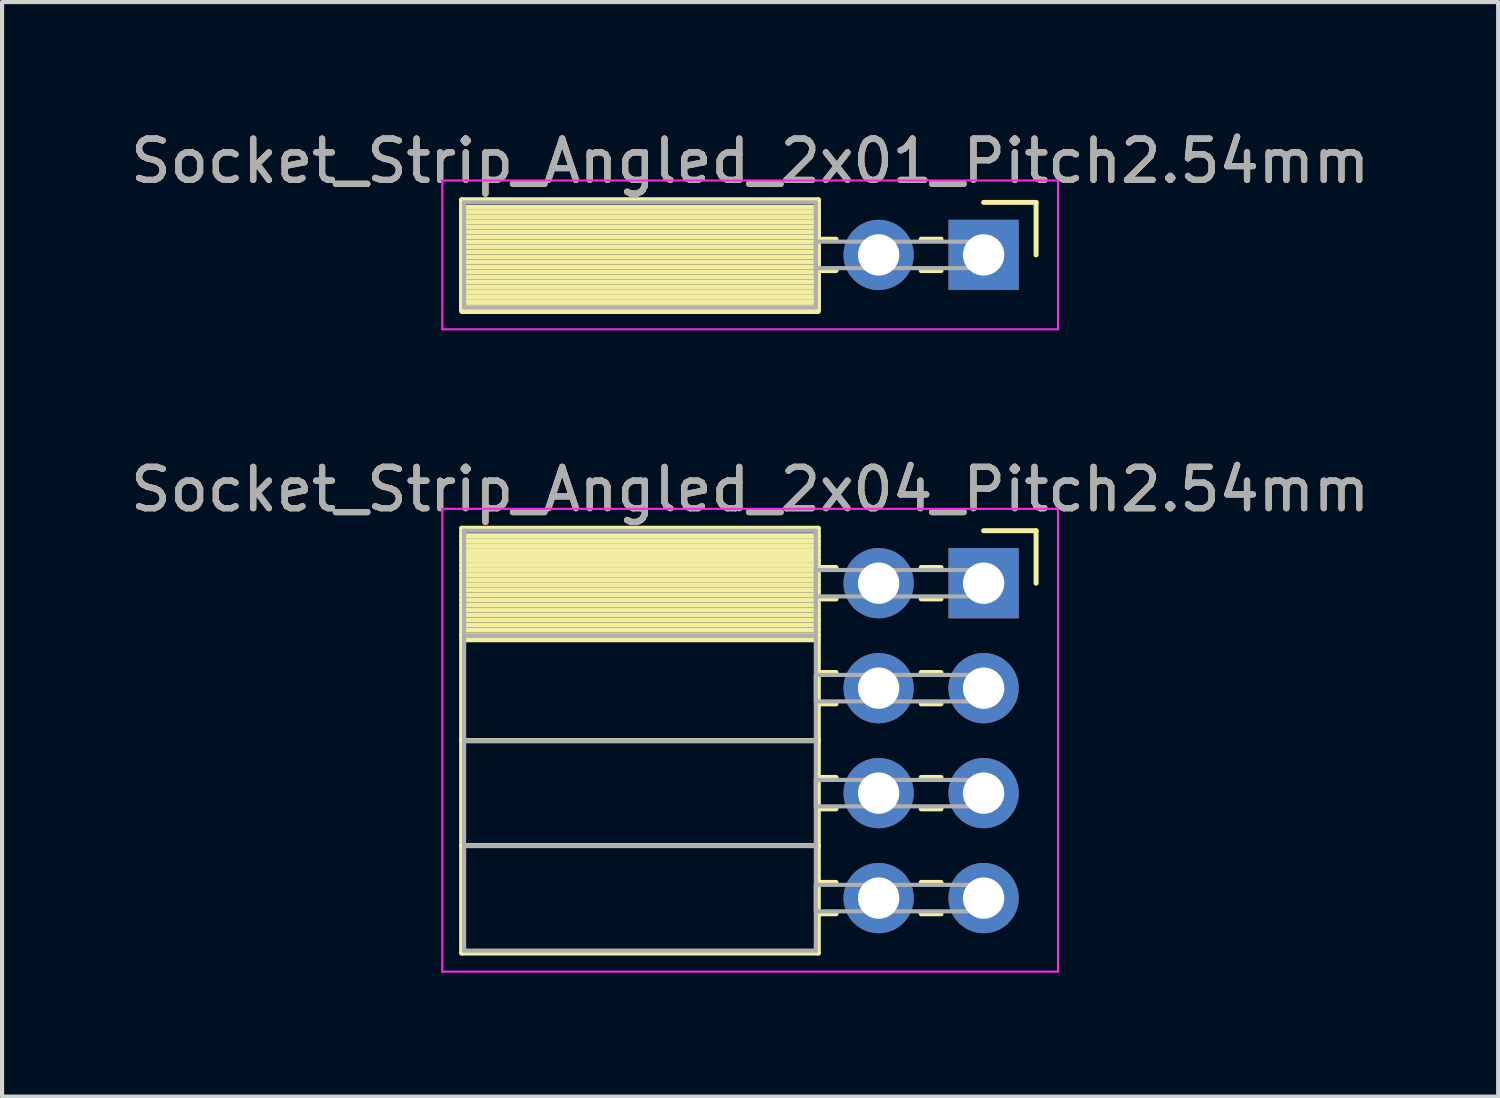
<source format=kicad_pcb>
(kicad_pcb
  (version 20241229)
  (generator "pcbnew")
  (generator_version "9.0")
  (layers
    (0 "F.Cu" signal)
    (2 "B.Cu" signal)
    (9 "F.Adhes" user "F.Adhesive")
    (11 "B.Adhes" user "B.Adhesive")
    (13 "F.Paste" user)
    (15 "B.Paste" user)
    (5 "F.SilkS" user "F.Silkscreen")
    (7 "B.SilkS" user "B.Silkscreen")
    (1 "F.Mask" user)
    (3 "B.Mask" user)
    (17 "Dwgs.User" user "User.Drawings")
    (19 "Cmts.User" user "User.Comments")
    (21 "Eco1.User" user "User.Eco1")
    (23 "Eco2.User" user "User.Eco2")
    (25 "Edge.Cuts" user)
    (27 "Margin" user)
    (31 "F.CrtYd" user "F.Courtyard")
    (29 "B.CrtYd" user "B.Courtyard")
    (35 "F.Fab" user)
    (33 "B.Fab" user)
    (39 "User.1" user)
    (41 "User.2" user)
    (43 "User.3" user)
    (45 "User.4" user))
  (footprint "Socket_Strip_Angled_2x04_Pitch2.54mm"
    (layer "F.Cu")
    (at 20.751 11.062)
    (property "Reference" "Socket_Strip_Angled_2x04_Pitch2.54mm" (at -5.65 -2.27 0) (layer "F.SilkS") (effects (font (size 1 1) (thickness 0.15))))
    (attr through_hole)
    (fp_line (start -12.63 -1.33) (end -4 -1.33) (stroke (width 0.12) (type solid)) (layer "F.SilkS"))
    (fp_line (start -12.63 1.27) (end -12.63 -1.33) (stroke (width 0.12) (type solid)) (layer "F.SilkS"))
    (fp_line (start -12.63 1.27) (end -4 1.27) (stroke (width 0.12) (type solid)) (layer "F.SilkS"))
    (fp_line (start -12.63 3.81) (end -12.63 1.27) (stroke (width 0.12) (type solid)) (layer "F.SilkS"))
    (fp_line (start -12.63 3.81) (end -4 3.81) (stroke (width 0.12) (type solid)) (layer "F.SilkS"))
    (fp_line (start -12.63 6.35) (end -12.63 3.81) (stroke (width 0.12) (type solid)) (layer "F.SilkS"))
    (fp_line (start -12.63 6.35) (end -4 6.35) (stroke (width 0.12) (type solid)) (layer "F.SilkS"))
    (fp_line (start -12.63 8.95) (end -12.63 6.35) (stroke (width 0.12) (type solid)) (layer "F.SilkS"))
    (fp_line (start -4 -1.33) (end -4 1.27) (stroke (width 0.12) (type solid)) (layer "F.SilkS"))
    (fp_line (start -4 -1.15) (end -12.63 -1.15) (stroke (width 0.12) (type solid)) (layer "F.SilkS"))
    (fp_line (start -4 -1.03) (end -12.63 -1.03) (stroke (width 0.12) (type solid)) (layer "F.SilkS"))
    (fp_line (start -4 -0.91) (end -12.63 -0.91) (stroke (width 0.12) (type solid)) (layer "F.SilkS"))
    (fp_line (start -4 -0.79) (end -12.63 -0.79) (stroke (width 0.12) (type solid)) (layer "F.SilkS"))
    (fp_line (start -4 -0.67) (end -12.63 -0.67) (stroke (width 0.12) (type solid)) (layer "F.SilkS"))
    (fp_line (start -4 -0.55) (end -12.63 -0.55) (stroke (width 0.12) (type solid)) (layer "F.SilkS"))
    (fp_line (start -4 -0.43) (end -12.63 -0.43) (stroke (width 0.12) (type solid)) (layer "F.SilkS"))
    (fp_line (start -4 -0.31) (end -12.63 -0.31) (stroke (width 0.12) (type solid)) (layer "F.SilkS"))
    (fp_line (start -4 -0.19) (end -12.63 -0.19) (stroke (width 0.12) (type solid)) (layer "F.SilkS"))
    (fp_line (start -4 -0.07) (end -12.63 -0.07) (stroke (width 0.12) (type solid)) (layer "F.SilkS"))
    (fp_line (start -4 0.05) (end -12.63 0.05) (stroke (width 0.12) (type solid)) (layer "F.SilkS"))
    (fp_line (start -4 0.17) (end -12.63 0.17) (stroke (width 0.12) (type solid)) (layer "F.SilkS"))
    (fp_line (start -4 0.29) (end -12.63 0.29) (stroke (width 0.12) (type solid)) (layer "F.SilkS"))
    (fp_line (start -4 0.41) (end -12.63 0.41) (stroke (width 0.12) (type solid)) (layer "F.SilkS"))
    (fp_line (start -4 0.53) (end -12.63 0.53) (stroke (width 0.12) (type solid)) (layer "F.SilkS"))
    (fp_line (start -4 0.65) (end -12.63 0.65) (stroke (width 0.12) (type solid)) (layer "F.SilkS"))
    (fp_line (start -4 0.77) (end -12.63 0.77) (stroke (width 0.12) (type solid)) (layer "F.SilkS"))
    (fp_line (start -4 0.89) (end -12.63 0.89) (stroke (width 0.12) (type solid)) (layer "F.SilkS"))
    (fp_line (start -4 1.01) (end -12.63 1.01) (stroke (width 0.12) (type solid)) (layer "F.SilkS"))
    (fp_line (start -4 1.13) (end -12.63 1.13) (stroke (width 0.12) (type solid)) (layer "F.SilkS"))
    (fp_line (start -4 1.25) (end -12.63 1.25) (stroke (width 0.12) (type solid)) (layer "F.SilkS"))
    (fp_line (start -4 1.27) (end -12.63 1.27) (stroke (width 0.12) (type solid)) (layer "F.SilkS"))
    (fp_line (start -4 1.27) (end -4 3.81) (stroke (width 0.12) (type solid)) (layer "F.SilkS"))
    (fp_line (start -4 1.37) (end -12.63 1.37) (stroke (width 0.12) (type solid)) (layer "F.SilkS"))
    (fp_line (start -4 3.81) (end -12.63 3.81) (stroke (width 0.12) (type solid)) (layer "F.SilkS"))
    (fp_line (start -4 3.81) (end -4 6.35) (stroke (width 0.12) (type solid)) (layer "F.SilkS"))
    (fp_line (start -4 6.35) (end -12.63 6.35) (stroke (width 0.12) (type solid)) (layer "F.SilkS"))
    (fp_line (start -4 6.35) (end -4 8.95) (stroke (width 0.12) (type solid)) (layer "F.SilkS"))
    (fp_line (start -4 8.95) (end -12.63 8.95) (stroke (width 0.12) (type solid)) (layer "F.SilkS"))
    (fp_line (start -3.57 -0.38) (end -4 -0.38) (stroke (width 0.12) (type solid)) (layer "F.SilkS"))
    (fp_line (start -3.57 0.38) (end -4 0.38) (stroke (width 0.12) (type solid)) (layer "F.SilkS"))
    (fp_line (start -3.57 2.16) (end -4 2.16) (stroke (width 0.12) (type solid)) (layer "F.SilkS"))
    (fp_line (start -3.57 2.92) (end -4 2.92) (stroke (width 0.12) (type solid)) (layer "F.SilkS"))
    (fp_line (start -3.57 4.7) (end -4 4.7) (stroke (width 0.12) (type solid)) (layer "F.SilkS"))
    (fp_line (start -3.57 5.46) (end -4 5.46) (stroke (width 0.12) (type solid)) (layer "F.SilkS"))
    (fp_line (start -3.57 7.24) (end -4 7.24) (stroke (width 0.12) (type solid)) (layer "F.SilkS"))
    (fp_line (start -3.57 8) (end -4 8) (stroke (width 0.12) (type solid)) (layer "F.SilkS"))
    (fp_line (start -1.03 -0.38) (end -1.51 -0.38) (stroke (width 0.12) (type solid)) (layer "F.SilkS"))
    (fp_line (start -1.03 0.38) (end -1.51 0.38) (stroke (width 0.12) (type solid)) (layer "F.SilkS"))
    (fp_line (start -1.03 2.16) (end -1.51 2.16) (stroke (width 0.12) (type solid)) (layer "F.SilkS"))
    (fp_line (start -1.03 2.92) (end -1.51 2.92) (stroke (width 0.12) (type solid)) (layer "F.SilkS"))
    (fp_line (start -1.03 4.7) (end -1.51 4.7) (stroke (width 0.12) (type solid)) (layer "F.SilkS"))
    (fp_line (start -1.03 5.46) (end -1.51 5.46) (stroke (width 0.12) (type solid)) (layer "F.SilkS"))
    (fp_line (start -1.03 7.24) (end -1.51 7.24) (stroke (width 0.12) (type solid)) (layer "F.SilkS"))
    (fp_line (start -1.03 8) (end -1.51 8) (stroke (width 0.12) (type solid)) (layer "F.SilkS"))
    (fp_line (start 0 -1.27) (end 1.27 -1.27) (stroke (width 0.12) (type solid)) (layer "F.SilkS"))
    (fp_line (start 1.27 -1.27) (end 1.27 0) (stroke (width 0.12) (type solid)) (layer "F.SilkS"))
    (fp_line (start -13.1 -1.8) (end 1.8 -1.8) (stroke (width 0.05) (type solid)) (layer "F.CrtYd"))
    (fp_line (start -13.1 9.4) (end -13.1 -1.8) (stroke (width 0.05) (type solid)) (layer "F.CrtYd"))
    (fp_line (start 1.8 -1.8) (end 1.8 9.4) (stroke (width 0.05) (type solid)) (layer "F.CrtYd"))
    (fp_line (start 1.8 9.4) (end -13.1 9.4) (stroke (width 0.05) (type solid)) (layer "F.CrtYd"))
    (fp_line (start -12.57 -1.27) (end -4.06 -1.27) (stroke (width 0.1) (type solid)) (layer "F.Fab"))
    (fp_line (start -12.57 1.27) (end -12.57 -1.27) (stroke (width 0.1) (type solid)) (layer "F.Fab"))
    (fp_line (start -12.57 1.27) (end -4.06 1.27) (stroke (width 0.1) (type solid)) (layer "F.Fab"))
    (fp_line (start -12.57 3.81) (end -12.57 1.27) (stroke (width 0.1) (type solid)) (layer "F.Fab"))
    (fp_line (start -12.57 3.81) (end -4.06 3.81) (stroke (width 0.1) (type solid)) (layer "F.Fab"))
    (fp_line (start -12.57 6.35) (end -12.57 3.81) (stroke (width 0.1) (type solid)) (layer "F.Fab"))
    (fp_line (start -12.57 6.35) (end -4.06 6.35) (stroke (width 0.1) (type solid)) (layer "F.Fab"))
    (fp_line (start -12.57 8.89) (end -12.57 6.35) (stroke (width 0.1) (type solid)) (layer "F.Fab"))
    (fp_line (start -4.06 -1.27) (end -4.06 1.27) (stroke (width 0.1) (type solid)) (layer "F.Fab"))
    (fp_line (start -4.06 -0.32) (end 0 -0.32) (stroke (width 0.1) (type solid)) (layer "F.Fab"))
    (fp_line (start -4.06 0.32) (end -4.06 -0.32) (stroke (width 0.1) (type solid)) (layer "F.Fab"))
    (fp_line (start -4.06 1.27) (end -12.57 1.27) (stroke (width 0.1) (type solid)) (layer "F.Fab"))
    (fp_line (start -4.06 1.27) (end -4.06 3.81) (stroke (width 0.1) (type solid)) (layer "F.Fab"))
    (fp_line (start -4.06 2.22) (end 0 2.22) (stroke (width 0.1) (type solid)) (layer "F.Fab"))
    (fp_line (start -4.06 2.86) (end -4.06 2.22) (stroke (width 0.1) (type solid)) (layer "F.Fab"))
    (fp_line (start -4.06 3.81) (end -12.57 3.81) (stroke (width 0.1) (type solid)) (layer "F.Fab"))
    (fp_line (start -4.06 3.81) (end -4.06 6.35) (stroke (width 0.1) (type solid)) (layer "F.Fab"))
    (fp_line (start -4.06 4.76) (end 0 4.76) (stroke (width 0.1) (type solid)) (layer "F.Fab"))
    (fp_line (start -4.06 5.4) (end -4.06 4.76) (stroke (width 0.1) (type solid)) (layer "F.Fab"))
    (fp_line (start -4.06 6.35) (end -12.57 6.35) (stroke (width 0.1) (type solid)) (layer "F.Fab"))
    (fp_line (start -4.06 6.35) (end -4.06 8.89) (stroke (width 0.1) (type solid)) (layer "F.Fab"))
    (fp_line (start -4.06 7.3) (end 0 7.3) (stroke (width 0.1) (type solid)) (layer "F.Fab"))
    (fp_line (start -4.06 7.94) (end -4.06 7.3) (stroke (width 0.1) (type solid)) (layer "F.Fab"))
    (fp_line (start -4.06 8.89) (end -12.57 8.89) (stroke (width 0.1) (type solid)) (layer "F.Fab"))
    (fp_line (start 0 -0.32) (end 0 0.32) (stroke (width 0.1) (type solid)) (layer "F.Fab"))
    (fp_line (start 0 0.32) (end -4.06 0.32) (stroke (width 0.1) (type solid)) (layer "F.Fab"))
    (fp_line (start 0 2.22) (end 0 2.86) (stroke (width 0.1) (type solid)) (layer "F.Fab"))
    (fp_line (start 0 2.86) (end -4.06 2.86) (stroke (width 0.1) (type solid)) (layer "F.Fab"))
    (fp_line (start 0 4.76) (end 0 5.4) (stroke (width 0.1) (type solid)) (layer "F.Fab"))
    (fp_line (start 0 5.4) (end -4.06 5.4) (stroke (width 0.1) (type solid)) (layer "F.Fab"))
    (fp_line (start 0 7.3) (end 0 7.94) (stroke (width 0.1) (type solid)) (layer "F.Fab"))
    (fp_line (start 0 7.94) (end -4.06 7.94) (stroke (width 0.1) (type solid)) (layer "F.Fab"))
    (fp_text user "${REFERENCE}" (at -5.65 -2.27 0) (layer "F.Fab") (effects (font (size 1 1) (thickness 0.15))))
    (pad "1" thru_hole rect (at 0 0) (size 1.7 1.7) (drill 1) (layers "*.Cu" "*.Mask"))
    (pad "2" thru_hole oval (at -2.54 0) (size 1.7 1.7) (drill 1) (layers "*.Cu" "*.Mask"))
    (pad "3" thru_hole oval (at 0 2.54) (size 1.7 1.7) (drill 1) (layers "*.Cu" "*.Mask"))
    (pad "4" thru_hole oval (at -2.54 2.54) (size 1.7 1.7) (drill 1) (layers "*.Cu" "*.Mask"))
    (pad "5" thru_hole oval (at 0 5.08) (size 1.7 1.7) (drill 1) (layers "*.Cu" "*.Mask"))
    (pad "6" thru_hole oval (at -2.54 5.08) (size 1.7 1.7) (drill 1) (layers "*.Cu" "*.Mask"))
    (pad "7" thru_hole oval (at 0 7.62) (size 1.7 1.7) (drill 1) (layers "*.Cu" "*.Mask"))
    (pad "8" thru_hole oval (at -2.54 7.62) (size 1.7 1.7) (drill 1) (layers "*.Cu" "*.Mask")))
  (footprint "Socket_Strip_Angled_2x01_Pitch2.54mm"
    (layer "F.Cu")
    (at 20.751 3.118)
    (property "Reference" "Socket_Strip_Angled_2x01_Pitch2.54mm" (at -5.65 -2.27 0) (layer "F.SilkS") (effects (font (size 1 1) (thickness 0.15))))
    (attr through_hole)
    (fp_line (start -12.63 -1.33) (end -4 -1.33) (stroke (width 0.12) (type solid)) (layer "F.SilkS"))
    (fp_line (start -12.63 -1.33) (end -4 -1.33) (stroke (width 0.12) (type solid)) (layer "F.SilkS"))
    (fp_line (start -12.63 1.27) (end -12.63 -1.33) (stroke (width 0.12) (type solid)) (layer "F.SilkS"))
    (fp_line (start -12.63 1.33) (end -12.63 -1.33) (stroke (width 0.12) (type solid)) (layer "F.SilkS"))
    (fp_line (start -4 -1.33) (end -4 1.27) (stroke (width 0.12) (type solid)) (layer "F.SilkS"))
    (fp_line (start -4 -1.33) (end -4 1.33) (stroke (width 0.12) (type solid)) (layer "F.SilkS"))
    (fp_line (start -4 -1.15) (end -12.63 -1.15) (stroke (width 0.12) (type solid)) (layer "F.SilkS"))
    (fp_line (start -4 -1.03) (end -12.63 -1.03) (stroke (width 0.12) (type solid)) (layer "F.SilkS"))
    (fp_line (start -4 -0.91) (end -12.63 -0.91) (stroke (width 0.12) (type solid)) (layer "F.SilkS"))
    (fp_line (start -4 -0.79) (end -12.63 -0.79) (stroke (width 0.12) (type solid)) (layer "F.SilkS"))
    (fp_line (start -4 -0.67) (end -12.63 -0.67) (stroke (width 0.12) (type solid)) (layer "F.SilkS"))
    (fp_line (start -4 -0.55) (end -12.63 -0.55) (stroke (width 0.12) (type solid)) (layer "F.SilkS"))
    (fp_line (start -4 -0.43) (end -12.63 -0.43) (stroke (width 0.12) (type solid)) (layer "F.SilkS"))
    (fp_line (start -4 -0.31) (end -12.63 -0.31) (stroke (width 0.12) (type solid)) (layer "F.SilkS"))
    (fp_line (start -4 -0.19) (end -12.63 -0.19) (stroke (width 0.12) (type solid)) (layer "F.SilkS"))
    (fp_line (start -4 -0.07) (end -12.63 -0.07) (stroke (width 0.12) (type solid)) (layer "F.SilkS"))
    (fp_line (start -4 0.05) (end -12.63 0.05) (stroke (width 0.12) (type solid)) (layer "F.SilkS"))
    (fp_line (start -4 0.17) (end -12.63 0.17) (stroke (width 0.12) (type solid)) (layer "F.SilkS"))
    (fp_line (start -4 0.29) (end -12.63 0.29) (stroke (width 0.12) (type solid)) (layer "F.SilkS"))
    (fp_line (start -4 0.41) (end -12.63 0.41) (stroke (width 0.12) (type solid)) (layer "F.SilkS"))
    (fp_line (start -4 0.53) (end -12.63 0.53) (stroke (width 0.12) (type solid)) (layer "F.SilkS"))
    (fp_line (start -4 0.65) (end -12.63 0.65) (stroke (width 0.12) (type solid)) (layer "F.SilkS"))
    (fp_line (start -4 0.77) (end -12.63 0.77) (stroke (width 0.12) (type solid)) (layer "F.SilkS"))
    (fp_line (start -4 0.89) (end -12.63 0.89) (stroke (width 0.12) (type solid)) (layer "F.SilkS"))
    (fp_line (start -4 1.01) (end -12.63 1.01) (stroke (width 0.12) (type solid)) (layer "F.SilkS"))
    (fp_line (start -4 1.13) (end -12.63 1.13) (stroke (width 0.12) (type solid)) (layer "F.SilkS"))
    (fp_line (start -4 1.25) (end -12.63 1.25) (stroke (width 0.12) (type solid)) (layer "F.SilkS"))
    (fp_line (start -4 1.27) (end -12.63 1.27) (stroke (width 0.12) (type solid)) (layer "F.SilkS"))
    (fp_line (start -4 1.33) (end -12.63 1.33) (stroke (width 0.12) (type solid)) (layer "F.SilkS"))
    (fp_line (start -4 1.37) (end -12.63 1.37) (stroke (width 0.12) (type solid)) (layer "F.SilkS"))
    (fp_line (start -3.57 -0.38) (end -4 -0.38) (stroke (width 0.12) (type solid)) (layer "F.SilkS"))
    (fp_line (start -3.57 0.38) (end -4 0.38) (stroke (width 0.12) (type solid)) (layer "F.SilkS"))
    (fp_line (start -1.03 -0.38) (end -1.51 -0.38) (stroke (width 0.12) (type solid)) (layer "F.SilkS"))
    (fp_line (start -1.03 0.38) (end -1.51 0.38) (stroke (width 0.12) (type solid)) (layer "F.SilkS"))
    (fp_line (start 0 -1.27) (end 1.27 -1.27) (stroke (width 0.12) (type solid)) (layer "F.SilkS"))
    (fp_line (start 1.27 -1.27) (end 1.27 0) (stroke (width 0.12) (type solid)) (layer "F.SilkS"))
    (fp_line (start -13.1 -1.8) (end 1.8 -1.8) (stroke (width 0.05) (type solid)) (layer "F.CrtYd"))
    (fp_line (start -13.1 1.8) (end -13.1 -1.8) (stroke (width 0.05) (type solid)) (layer "F.CrtYd"))
    (fp_line (start 1.8 -1.8) (end 1.8 1.8) (stroke (width 0.05) (type solid)) (layer "F.CrtYd"))
    (fp_line (start 1.8 1.8) (end -13.1 1.8) (stroke (width 0.05) (type solid)) (layer "F.CrtYd"))
    (fp_line (start -12.57 -1.27) (end -4.06 -1.27) (stroke (width 0.1) (type solid)) (layer "F.Fab"))
    (fp_line (start -12.57 1.27) (end -12.57 -1.27) (stroke (width 0.1) (type solid)) (layer "F.Fab"))
    (fp_line (start -4.06 -1.27) (end -4.06 1.27) (stroke (width 0.1) (type solid)) (layer "F.Fab"))
    (fp_line (start -4.06 -0.32) (end 0 -0.32) (stroke (width 0.1) (type solid)) (layer "F.Fab"))
    (fp_line (start -4.06 0.32) (end -4.06 -0.32) (stroke (width 0.1) (type solid)) (layer "F.Fab"))
    (fp_line (start -4.06 1.27) (end -12.57 1.27) (stroke (width 0.1) (type solid)) (layer "F.Fab"))
    (fp_line (start 0 -0.32) (end 0 0.32) (stroke (width 0.1) (type solid)) (layer "F.Fab"))
    (fp_line (start 0 0.32) (end -4.06 0.32) (stroke (width 0.1) (type solid)) (layer "F.Fab"))
    (fp_text user "${REFERENCE}" (at -5.65 -2.27 0) (layer "F.Fab") (effects (font (size 1 1) (thickness 0.15))))
    (pad "1" thru_hole rect (at 0 0) (size 1.7 1.7) (drill 1) (layers "*.Cu" "*.Mask"))
    (pad "2" thru_hole oval (at -2.54 0) (size 1.7 1.7) (drill 1) (layers "*.Cu" "*.Mask")))
  (gr_rect
    (start -3 -3)
    (end 33.202 23.486)
    (stroke (width 0.1) (type default))
    (fill no)
    (layer "Edge.Cuts")))
</source>
